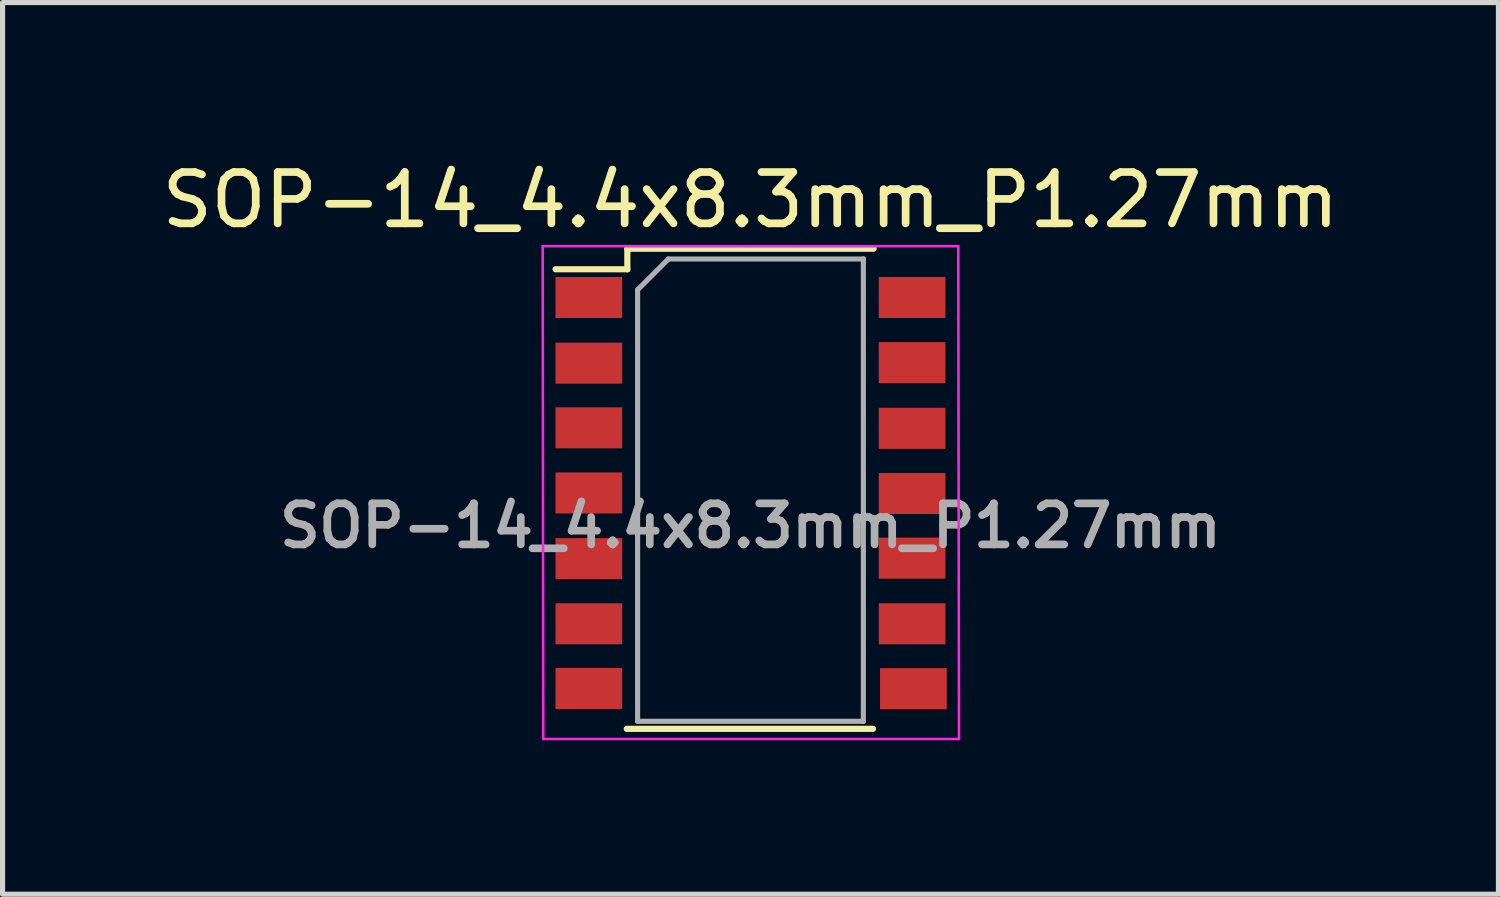
<source format=kicad_pcb>
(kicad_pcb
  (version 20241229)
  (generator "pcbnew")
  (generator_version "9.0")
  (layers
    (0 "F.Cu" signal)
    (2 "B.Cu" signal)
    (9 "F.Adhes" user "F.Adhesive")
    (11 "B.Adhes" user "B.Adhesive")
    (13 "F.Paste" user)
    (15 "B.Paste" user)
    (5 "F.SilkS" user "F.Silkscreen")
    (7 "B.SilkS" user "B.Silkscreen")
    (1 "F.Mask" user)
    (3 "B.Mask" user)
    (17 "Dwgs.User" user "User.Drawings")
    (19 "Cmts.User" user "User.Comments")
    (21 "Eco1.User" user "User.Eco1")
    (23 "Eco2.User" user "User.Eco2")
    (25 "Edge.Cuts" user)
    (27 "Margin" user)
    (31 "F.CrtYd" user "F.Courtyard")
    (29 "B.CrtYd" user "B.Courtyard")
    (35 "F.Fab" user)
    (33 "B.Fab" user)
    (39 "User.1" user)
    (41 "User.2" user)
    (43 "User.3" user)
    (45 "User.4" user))
  (footprint "SOP-14_4.4x8.3mm_P1.27mm"
    (layer "F.Cu")
    (at 11.577 7.198)
    (property "Reference" "SOP-14_4.4x8.3mm_P1.27mm" (at 0 -6.35 0) (layer "F.SilkS") (effects (font (size 1 1) (thickness 0.15))))
    (attr through_hole)
    (fp_line (start -2.412 3.957) (end 2.388 3.957) (stroke (width 0.12) (type solid)) (layer "F.SilkS"))
    (fp_line (start -2.4 -5.4) (end -2.4 -5) (stroke (width 0.12) (type solid)) (layer "F.SilkS"))
    (fp_line (start -2.4 -5.4) (end 2.4 -5.4) (stroke (width 0.12) (type solid)) (layer "F.SilkS"))
    (fp_line (start -2.4 -5) (end -3.8 -5) (stroke (width 0.12) (type solid)) (layer "F.SilkS"))
    (fp_line (start -4.05 -5.45) (end -4.039 4.155) (stroke (width 0.05) (type solid)) (layer "F.CrtYd"))
    (fp_line (start -4.05 -5.45) (end 4.05 -5.45) (stroke (width 0.05) (type solid)) (layer "F.CrtYd"))
    (fp_line (start 4.064 4.155) (end -4.036 4.155) (stroke (width 0.05) (type solid)) (layer "F.CrtYd"))
    (fp_line (start 4.064 4.155) (end 4.05 -5.45) (stroke (width 0.05) (type solid)) (layer "F.CrtYd"))
    (fp_line (start -2.2 -4.6) (end -1.6 -5.2) (stroke (width 0.1) (type solid)) (layer "F.Fab"))
    (fp_line (start -2.2 3.81) (end -2.2 -4.6) (stroke (width 0.1) (type solid)) (layer "F.Fab"))
    (fp_line (start -1.6 -5.2) (end 2.2 -5.2) (stroke (width 0.1) (type solid)) (layer "F.Fab"))
    (fp_line (start 2.2 -5.202) (end 2.2 3.81) (stroke (width 0.1) (type solid)) (layer "F.Fab"))
    (fp_line (start 2.2 3.81) (end -2.2 3.81) (stroke (width 0.1) (type solid)) (layer "F.Fab"))
    (fp_text user "${REFERENCE}" (at 0 0 0) (layer "F.Fab") (effects (font (size 0.8 0.8) (thickness 0.15))))
    (pad "1" smd rect (at -3.15 -4.45) (size 1.3 0.8) (layers "F.Cu" "F.Mask" "F.Paste"))
    (pad "2" smd rect (at -3.15 -3.17) (size 1.3 0.8) (layers "F.Cu" "F.Mask" "F.Paste"))
    (pad "3" smd rect (at -3.15 -1.91) (size 1.3 0.8) (layers "F.Cu" "F.Mask" "F.Paste"))
    (pad "4" smd rect (at -3.15 -0.64) (size 1.3 0.8) (layers "F.Cu" "F.Mask" "F.Paste"))
    (pad "5" smd rect (at -3.15 0.64) (size 1.3 0.8) (layers "F.Cu" "F.Mask" "F.Paste"))
    (pad "6" smd rect (at -3.15 1.91) (size 1.3 0.8) (layers "F.Cu" "F.Mask" "F.Paste"))
    (pad "7" smd rect (at -3.15 3.17) (size 1.3 0.8) (layers "F.Cu" "F.Mask" "F.Paste"))
    (pad "8" smd rect (at 3.175 3.175) (size 1.3 0.8) (layers "F.Cu" "F.Mask" "F.Paste"))
    (pad "9" smd rect (at 3.15 1.91) (size 1.3 0.8) (layers "F.Cu" "F.Mask" "F.Paste"))
    (pad "10" smd rect (at 3.15 0.63) (size 1.3 0.8) (layers "F.Cu" "F.Mask" "F.Paste"))
    (pad "11" smd rect (at 3.15 -0.63) (size 1.3 0.8) (layers "F.Cu" "F.Mask" "F.Paste"))
    (pad "12" smd rect (at 3.15 -1.9) (size 1.3 0.8) (layers "F.Cu" "F.Mask" "F.Paste"))
    (pad "13" smd rect (at 3.15 -3.18) (size 1.3 0.8) (layers "F.Cu" "F.Mask" "F.Paste"))
    (pad "14" smd rect (at 3.15 -4.45) (size 1.3 0.8) (layers "F.Cu" "F.Mask" "F.Paste")))
  (gr_rect
    (start -3 -3)
    (end 26.155 14.379)
    (stroke (width 0.1) (type default))
    (fill no)
    (layer "Edge.Cuts")))
</source>
